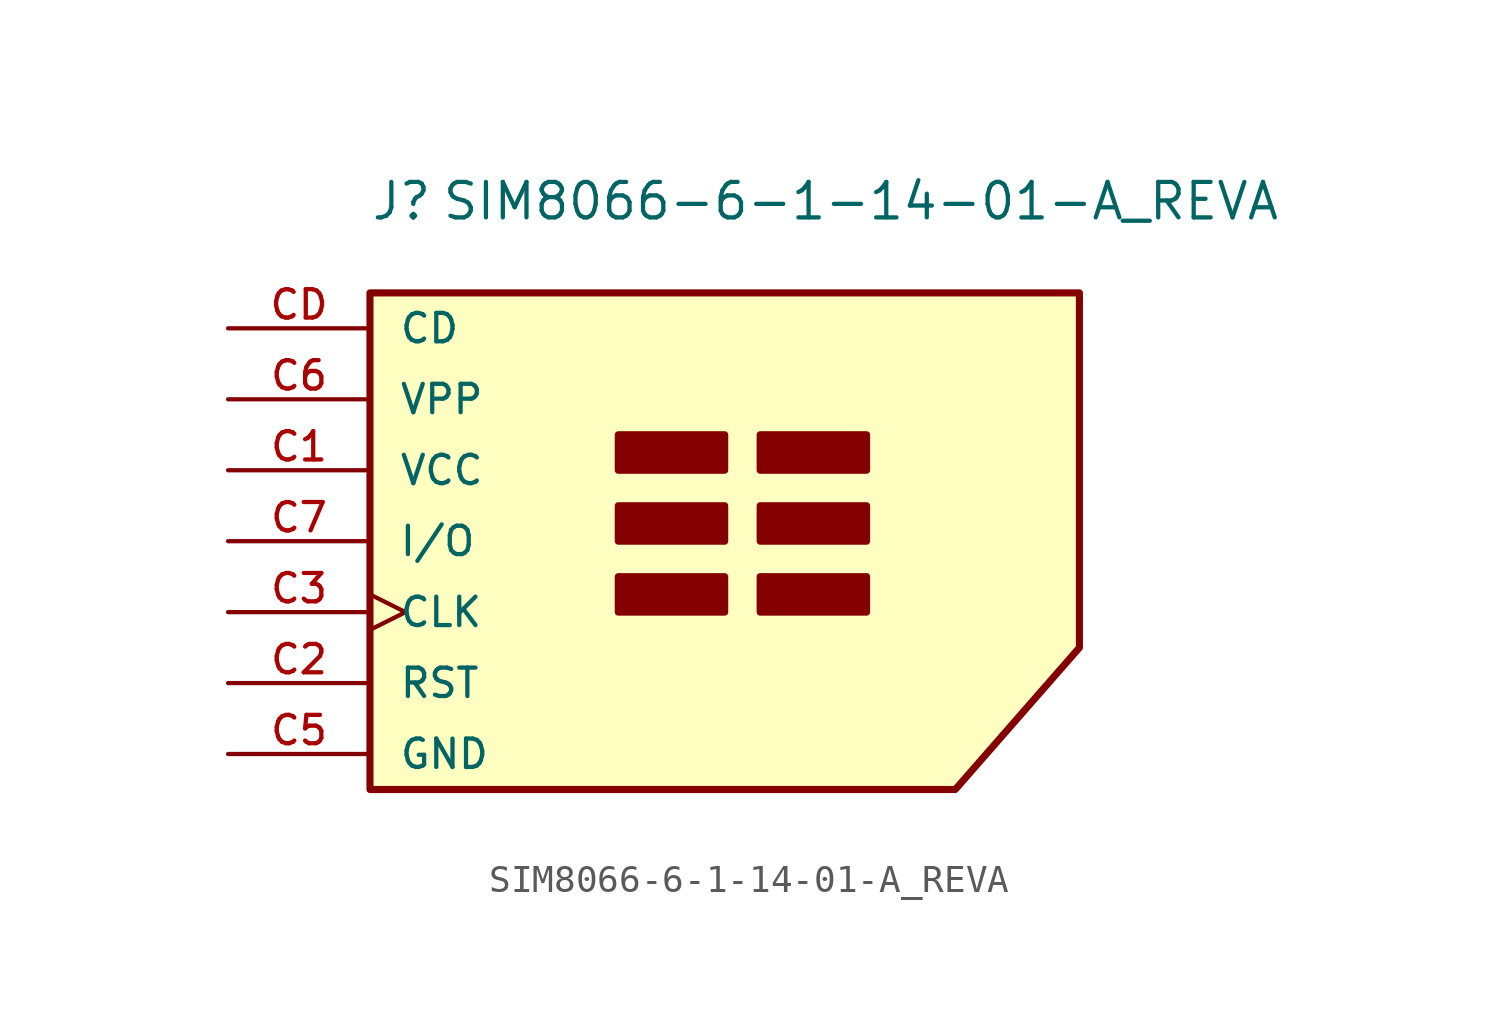
<source format=kicad_sym>
(kicad_symbol_lib
  (version 20220914)
  (generator kicad_symbol_editor)
  (symbol "SIM8066-6-1-14-01-A_REVA"
    (pin_names
      (offset 1.016))
    (property "Reference" "J"
      (at -5.08 11.43 0)
      (effects (font (size 1.27 1.27)) (justify left bottom)))
    (property "Value" "SIM8066-6-1-14-01-A_REVA"
      (at -2.54 11.43 0)
      (effects (font (size 1.27 1.27)) (justify left bottom)))
    (symbol "SIM8066-6-1-14-01-A_REVA_0_0"
      (pin power_in line (at -10.16 2.54 0) (length 5.08) (name "VCC" (effects (font (size 1.016 1.016)))) (number "C1" (effects (font (size 1.016 1.016)))))
      (pin input line (at -10.16 -5.08 0) (length 5.08) (name "RST" (effects (font (size 1.016 1.016)))) (number "C2" (effects (font (size 1.016 1.016)))))
      (pin input clock (at -10.16 -2.54 0) (length 5.08) (name "CLK" (effects (font (size 1.016 1.016)))) (number "C3" (effects (font (size 1.016 1.016)))))
      (pin power_in line (at -10.16 -7.62 0) (length 5.08) (name "GND" (effects (font (size 1.016 1.016)))) (number "C5" (effects (font (size 1.016 1.016)))))
      (pin power_in line (at -10.16 5.08 0) (length 5.08) (name "VPP" (effects (font (size 1.016 1.016)))) (number "C6" (effects (font (size 1.016 1.016)))))
      (pin bidirectional line (at -10.16 0 0) (length 5.08) (name "I/O" (effects (font (size 1.016 1.016)))) (number "C7" (effects (font (size 1.016 1.016)))))
      (pin bidirectional line (at -10.16 7.62 0) (length 5.08) (name "CD" (effects (font (size 1.016 1.016)))) (number "CD" (effects (font (size 1.016 1.016))))))
    (symbol "SIM8066-6-1-14-01-A_REVA_0_1"
      (polyline (pts (xy -5.08 8.89) (xy 20.32 8.89) (xy 20.32 -3.81) (xy 15.875 -8.89) (xy -5.08 -8.89) (xy -5.08 8.89)) (stroke (width 0.254) (type default)) (fill (type background)))
      (rectangle (start 3.81 -2.54) (end 7.62 -1.27) (stroke (width 0.254) (type default)) (fill (type outline)))
      (rectangle (start 3.81 0) (end 7.62 1.27) (stroke (width 0.254) (type default)) (fill (type outline)))
      (rectangle (start 3.81 2.54) (end 7.62 3.81) (stroke (width 0.254) (type default)) (fill (type outline)))
      (rectangle (start 8.89 -1.27) (end 12.7 -2.54) (stroke (width 0.254) (type default)) (fill (type outline)))
      (rectangle (start 8.89 0) (end 12.7 1.27) (stroke (width 0.254) (type default)) (fill (type outline)))
      (rectangle (start 8.89 2.54) (end 12.7 3.81) (stroke (width 0.254) (type default)) (fill (type outline))))
    (symbol "SIM8066-6-1-14-01-A_REVA_1_0"
      (pin power_in line (at -10.16 -7.62 0) (length 5.08) hide (name "GND" (effects (font (size 1.016 1.016)))) (number "G1" (effects (font (size 1.016 1.016)))))
      (pin power_in line (at -10.16 -7.62 0) (length 5.08) hide (name "GND" (effects (font (size 1.016 1.016)))) (number "G2" (effects (font (size 1.016 1.016)))))
      (pin power_in line (at -10.16 -7.62 0) (length 5.08) hide (name "GND" (effects (font (size 1.016 1.016)))) (number "G3" (effects (font (size 1.016 1.016)))))
      (pin power_in line (at -10.16 -7.62 0) (length 5.08) hide (name "GND" (effects (font (size 1.016 1.016)))) (number "G4" (effects (font (size 1.016 1.016))))))))
</source>
